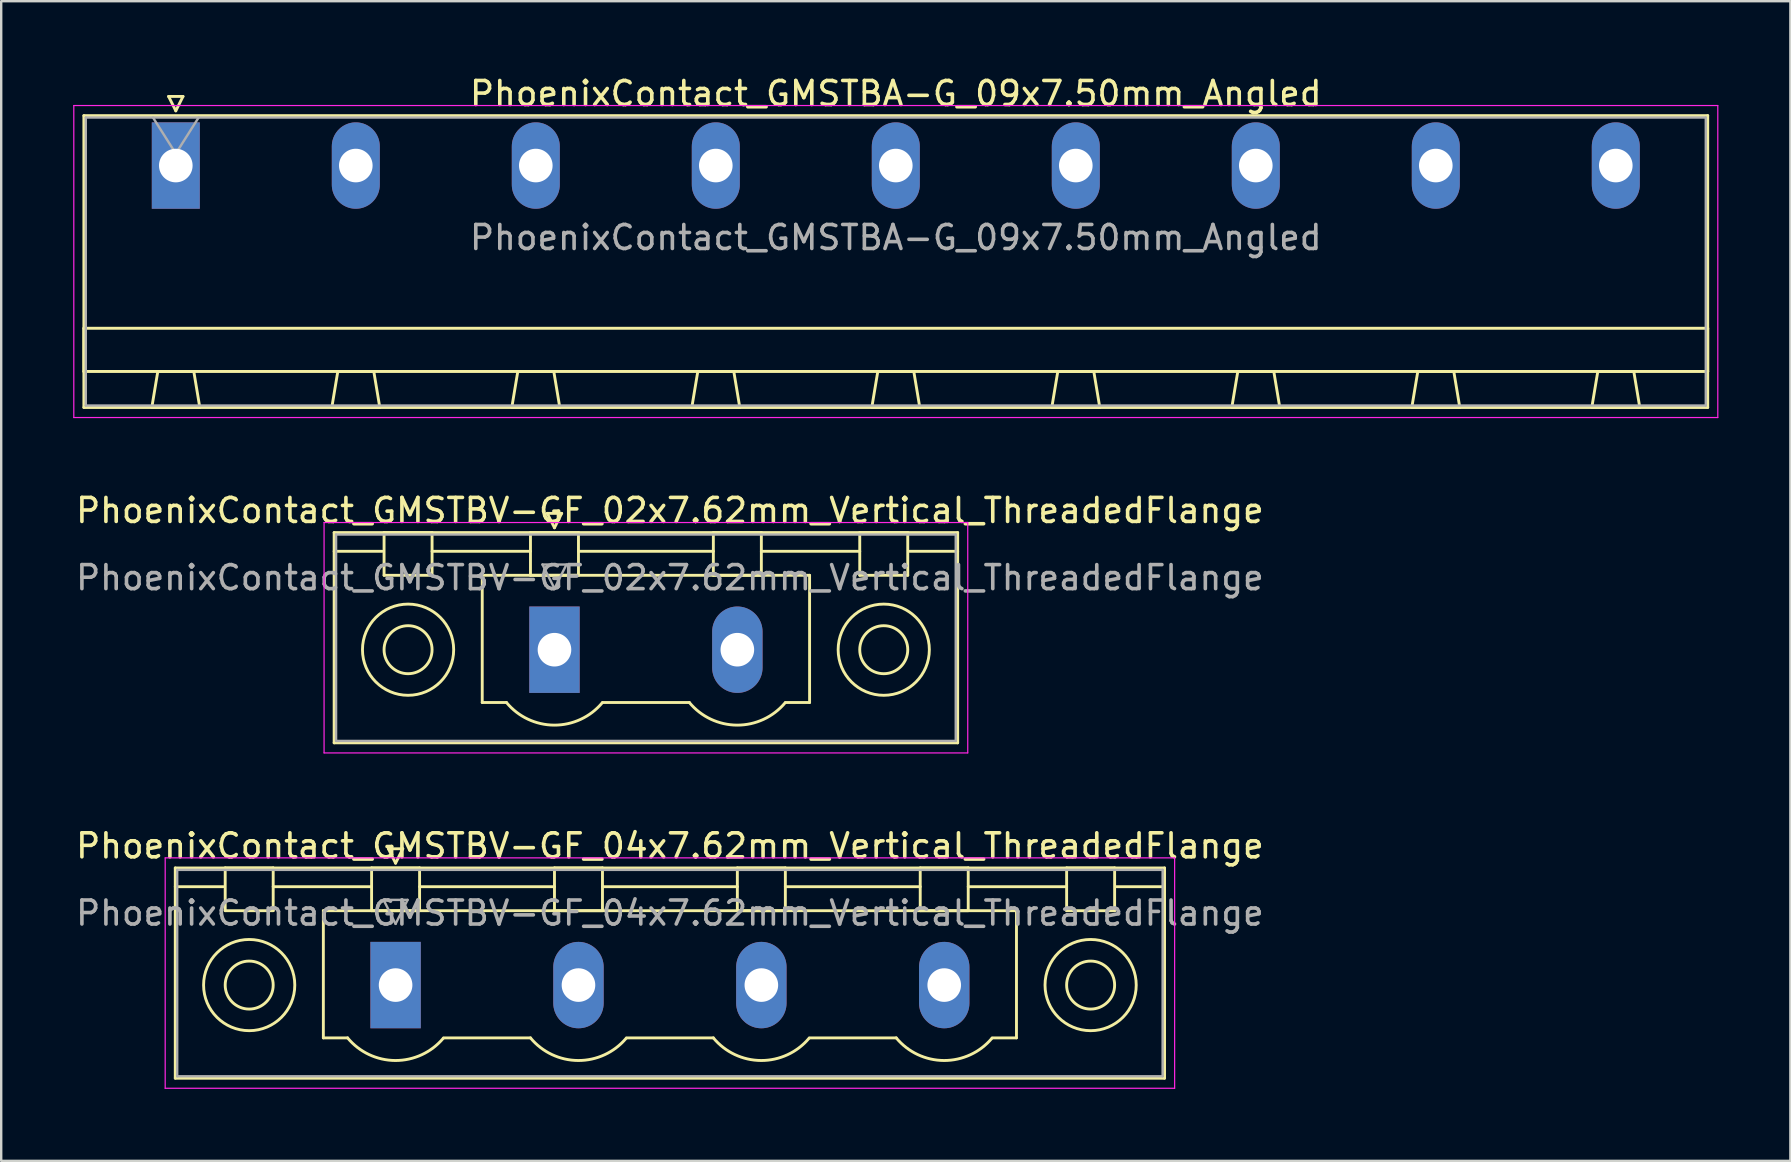
<source format=kicad_pcb>
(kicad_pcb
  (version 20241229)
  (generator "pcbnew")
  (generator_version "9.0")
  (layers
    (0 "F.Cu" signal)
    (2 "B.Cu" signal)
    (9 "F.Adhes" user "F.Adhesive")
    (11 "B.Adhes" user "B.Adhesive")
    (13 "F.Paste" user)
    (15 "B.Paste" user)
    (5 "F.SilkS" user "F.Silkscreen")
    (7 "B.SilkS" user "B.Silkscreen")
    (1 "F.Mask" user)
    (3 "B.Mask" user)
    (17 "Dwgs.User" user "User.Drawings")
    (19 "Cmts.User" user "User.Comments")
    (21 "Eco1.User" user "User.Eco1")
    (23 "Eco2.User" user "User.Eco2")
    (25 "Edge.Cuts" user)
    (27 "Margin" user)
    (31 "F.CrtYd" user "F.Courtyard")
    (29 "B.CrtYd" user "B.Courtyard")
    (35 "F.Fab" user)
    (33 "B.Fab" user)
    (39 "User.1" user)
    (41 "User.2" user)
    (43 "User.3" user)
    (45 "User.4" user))
  (footprint "PhoenixContact_GMSTBA-G_09x7.50mm_Angled"
    (layer "F.Cu")
    (at 4.275 3.848)
    (property "Reference" "PhoenixContact_GMSTBA-G_09x7.50mm_Angled" (at 30 -3 0) (layer "F.SilkS") (effects (font (size 1 1) (thickness 0.15))))
    (attr through_hole)
    (fp_line (start -3.83 -2.08) (end -3.83 10.08) (stroke (width 0.12) (type solid)) (layer "F.SilkS"))
    (fp_line (start -3.83 6.78) (end 63.83 6.78) (stroke (width 0.12) (type solid)) (layer "F.SilkS"))
    (fp_line (start -3.83 8.58) (end -3.83 6.78) (stroke (width 0.12) (type solid)) (layer "F.SilkS"))
    (fp_line (start -3.83 10.08) (end 63.83 10.08) (stroke (width 0.12) (type solid)) (layer "F.SilkS"))
    (fp_line (start -1 10.08) (end 1 10.08) (stroke (width 0.12) (type solid)) (layer "F.SilkS"))
    (fp_line (start -0.75 8.58) (end -1 10.08) (stroke (width 0.12) (type solid)) (layer "F.SilkS"))
    (fp_line (start -0.3 -2.88) (end 0.3 -2.88) (stroke (width 0.12) (type solid)) (layer "F.SilkS"))
    (fp_line (start 0 -2.28) (end -0.3 -2.88) (stroke (width 0.12) (type solid)) (layer "F.SilkS"))
    (fp_line (start 0.3 -2.88) (end 0 -2.28) (stroke (width 0.12) (type solid)) (layer "F.SilkS"))
    (fp_line (start 0.75 8.58) (end -0.75 8.58) (stroke (width 0.12) (type solid)) (layer "F.SilkS"))
    (fp_line (start 1 10.08) (end 0.75 8.58) (stroke (width 0.12) (type solid)) (layer "F.SilkS"))
    (fp_line (start 6.5 10.08) (end 8.5 10.08) (stroke (width 0.12) (type solid)) (layer "F.SilkS"))
    (fp_line (start 6.75 8.58) (end 6.5 10.08) (stroke (width 0.12) (type solid)) (layer "F.SilkS"))
    (fp_line (start 8.25 8.58) (end 6.75 8.58) (stroke (width 0.12) (type solid)) (layer "F.SilkS"))
    (fp_line (start 8.5 10.08) (end 8.25 8.58) (stroke (width 0.12) (type solid)) (layer "F.SilkS"))
    (fp_line (start 14 10.08) (end 16 10.08) (stroke (width 0.12) (type solid)) (layer "F.SilkS"))
    (fp_line (start 14.25 8.58) (end 14 10.08) (stroke (width 0.12) (type solid)) (layer "F.SilkS"))
    (fp_line (start 15.75 8.58) (end 14.25 8.58) (stroke (width 0.12) (type solid)) (layer "F.SilkS"))
    (fp_line (start 16 10.08) (end 15.75 8.58) (stroke (width 0.12) (type solid)) (layer "F.SilkS"))
    (fp_line (start 21.5 10.08) (end 23.5 10.08) (stroke (width 0.12) (type solid)) (layer "F.SilkS"))
    (fp_line (start 21.75 8.58) (end 21.5 10.08) (stroke (width 0.12) (type solid)) (layer "F.SilkS"))
    (fp_line (start 23.25 8.58) (end 21.75 8.58) (stroke (width 0.12) (type solid)) (layer "F.SilkS"))
    (fp_line (start 23.5 10.08) (end 23.25 8.58) (stroke (width 0.12) (type solid)) (layer "F.SilkS"))
    (fp_line (start 29 10.08) (end 31 10.08) (stroke (width 0.12) (type solid)) (layer "F.SilkS"))
    (fp_line (start 29.25 8.58) (end 29 10.08) (stroke (width 0.12) (type solid)) (layer "F.SilkS"))
    (fp_line (start 30.75 8.58) (end 29.25 8.58) (stroke (width 0.12) (type solid)) (layer "F.SilkS"))
    (fp_line (start 31 10.08) (end 30.75 8.58) (stroke (width 0.12) (type solid)) (layer "F.SilkS"))
    (fp_line (start 36.5 10.08) (end 38.5 10.08) (stroke (width 0.12) (type solid)) (layer "F.SilkS"))
    (fp_line (start 36.75 8.58) (end 36.5 10.08) (stroke (width 0.12) (type solid)) (layer "F.SilkS"))
    (fp_line (start 38.25 8.58) (end 36.75 8.58) (stroke (width 0.12) (type solid)) (layer "F.SilkS"))
    (fp_line (start 38.5 10.08) (end 38.25 8.58) (stroke (width 0.12) (type solid)) (layer "F.SilkS"))
    (fp_line (start 44 10.08) (end 46 10.08) (stroke (width 0.12) (type solid)) (layer "F.SilkS"))
    (fp_line (start 44.25 8.58) (end 44 10.08) (stroke (width 0.12) (type solid)) (layer "F.SilkS"))
    (fp_line (start 45.75 8.58) (end 44.25 8.58) (stroke (width 0.12) (type solid)) (layer "F.SilkS"))
    (fp_line (start 46 10.08) (end 45.75 8.58) (stroke (width 0.12) (type solid)) (layer "F.SilkS"))
    (fp_line (start 51.5 10.08) (end 53.5 10.08) (stroke (width 0.12) (type solid)) (layer "F.SilkS"))
    (fp_line (start 51.75 8.58) (end 51.5 10.08) (stroke (width 0.12) (type solid)) (layer "F.SilkS"))
    (fp_line (start 53.25 8.58) (end 51.75 8.58) (stroke (width 0.12) (type solid)) (layer "F.SilkS"))
    (fp_line (start 53.5 10.08) (end 53.25 8.58) (stroke (width 0.12) (type solid)) (layer "F.SilkS"))
    (fp_line (start 59 10.08) (end 61 10.08) (stroke (width 0.12) (type solid)) (layer "F.SilkS"))
    (fp_line (start 59.25 8.58) (end 59 10.08) (stroke (width 0.12) (type solid)) (layer "F.SilkS"))
    (fp_line (start 60.75 8.58) (end 59.25 8.58) (stroke (width 0.12) (type solid)) (layer "F.SilkS"))
    (fp_line (start 61 10.08) (end 60.75 8.58) (stroke (width 0.12) (type solid)) (layer "F.SilkS"))
    (fp_line (start 63.83 -2.08) (end -3.83 -2.08) (stroke (width 0.12) (type solid)) (layer "F.SilkS"))
    (fp_line (start 63.83 6.78) (end 63.83 8.58) (stroke (width 0.12) (type solid)) (layer "F.SilkS"))
    (fp_line (start 63.83 8.58) (end -3.83 8.58) (stroke (width 0.12) (type solid)) (layer "F.SilkS"))
    (fp_line (start 63.83 10.08) (end 63.83 -2.08) (stroke (width 0.12) (type solid)) (layer "F.SilkS"))
    (fp_line (start -4.25 -2.5) (end -4.25 10.5) (stroke (width 0.05) (type solid)) (layer "F.CrtYd"))
    (fp_line (start -4.25 10.5) (end 64.25 10.5) (stroke (width 0.05) (type solid)) (layer "F.CrtYd"))
    (fp_line (start 64.25 -2.5) (end -4.25 -2.5) (stroke (width 0.05) (type solid)) (layer "F.CrtYd"))
    (fp_line (start 64.25 10.5) (end 64.25 -2.5) (stroke (width 0.05) (type solid)) (layer "F.CrtYd"))
    (fp_line (start -3.75 -2) (end -3.75 10) (stroke (width 0.1) (type solid)) (layer "F.Fab"))
    (fp_line (start -3.75 10) (end 63.75 10) (stroke (width 0.1) (type solid)) (layer "F.Fab"))
    (fp_line (start 0 -0.5) (end -0.95 -2) (stroke (width 0.1) (type solid)) (layer "F.Fab"))
    (fp_line (start 0.95 -2) (end 0 -0.5) (stroke (width 0.1) (type solid)) (layer "F.Fab"))
    (fp_line (start 63.75 -2) (end -3.75 -2) (stroke (width 0.1) (type solid)) (layer "F.Fab"))
    (fp_line (start 63.75 10) (end 63.75 -2) (stroke (width 0.1) (type solid)) (layer "F.Fab"))
    (fp_text user "${REFERENCE}" (at 30 3 0) (layer "F.Fab") (effects (font (size 1 1) (thickness 0.15))))
    (pad "1" thru_hole rect (at 0 0) (size 2 3.6) (drill 1.4) (layers "*.Cu" "*.Mask"))
    (pad "2" thru_hole oval (at 7.5 0) (size 2 3.6) (drill 1.4) (layers "*.Cu" "*.Mask"))
    (pad "3" thru_hole oval (at 15 0) (size 2 3.6) (drill 1.4) (layers "*.Cu" "*.Mask"))
    (pad "4" thru_hole oval (at 22.5 0) (size 2 3.6) (drill 1.4) (layers "*.Cu" "*.Mask"))
    (pad "5" thru_hole oval (at 30 0) (size 2 3.6) (drill 1.4) (layers "*.Cu" "*.Mask"))
    (pad "6" thru_hole oval (at 37.5 0) (size 2 3.6) (drill 1.4) (layers "*.Cu" "*.Mask"))
    (pad "7" thru_hole oval (at 45 0) (size 2 3.6) (drill 1.4) (layers "*.Cu" "*.Mask"))
    (pad "8" thru_hole oval (at 52.5 0) (size 2 3.6) (drill 1.4) (layers "*.Cu" "*.Mask"))
    (pad "9" thru_hole oval (at 60 0) (size 2 3.6) (drill 1.4) (layers "*.Cu" "*.Mask")))
  (footprint "PhoenixContact_GMSTBV-GF_02x7.62mm_Vertical_ThreadedFlange"
    (layer "F.Cu")
    (at 20.053 24.021)
    (property "Reference" "PhoenixContact_GMSTBV-GF_02x7.62mm_Vertical_ThreadedFlange" (at 4.81 -5.8 0) (layer "F.SilkS") (effects (font (size 1 1) (thickness 0.15))))
    (attr through_hole)
    (fp_line (start -9.18 -4.88) (end -9.18 3.88) (stroke (width 0.12) (type solid)) (layer "F.SilkS"))
    (fp_line (start -9.18 -4.1) (end -7.18 -4.1) (stroke (width 0.12) (type solid)) (layer "F.SilkS"))
    (fp_line (start -9.18 3.88) (end 16.8 3.88) (stroke (width 0.12) (type solid)) (layer "F.SilkS"))
    (fp_line (start -7.1 -4.88) (end -5.1 -4.88) (stroke (width 0.12) (type solid)) (layer "F.SilkS"))
    (fp_line (start -7.1 -3.1) (end -7.1 -4.88) (stroke (width 0.12) (type solid)) (layer "F.SilkS"))
    (fp_line (start -5.1 -4.88) (end -5.1 -3.1) (stroke (width 0.12) (type solid)) (layer "F.SilkS"))
    (fp_line (start -5.1 -4.1) (end -1 -4.1) (stroke (width 0.12) (type solid)) (layer "F.SilkS"))
    (fp_line (start -5.1 -3.1) (end -7.1 -3.1) (stroke (width 0.12) (type solid)) (layer "F.SilkS"))
    (fp_line (start -3.01 -3.1) (end 10.63 -3.1) (stroke (width 0.12) (type solid)) (layer "F.SilkS"))
    (fp_line (start -3.01 2.2) (end -3.01 -3.1) (stroke (width 0.12) (type solid)) (layer "F.SilkS"))
    (fp_line (start -2 2.2) (end -3.01 2.2) (stroke (width 0.12) (type solid)) (layer "F.SilkS"))
    (fp_line (start -1 -4.88) (end 1 -4.88) (stroke (width 0.12) (type solid)) (layer "F.SilkS"))
    (fp_line (start -1 -3.1) (end -1 -4.88) (stroke (width 0.12) (type solid)) (layer "F.SilkS"))
    (fp_line (start -0.3 -5.68) (end 0.3 -5.68) (stroke (width 0.12) (type solid)) (layer "F.SilkS"))
    (fp_line (start 0 -5.08) (end -0.3 -5.68) (stroke (width 0.12) (type solid)) (layer "F.SilkS"))
    (fp_line (start 0.3 -5.68) (end 0 -5.08) (stroke (width 0.12) (type solid)) (layer "F.SilkS"))
    (fp_line (start 1 -4.88) (end 1 -3.1) (stroke (width 0.12) (type solid)) (layer "F.SilkS"))
    (fp_line (start 1 -4.1) (end 6.62 -4.1) (stroke (width 0.12) (type solid)) (layer "F.SilkS"))
    (fp_line (start 1 -3.1) (end -1 -3.1) (stroke (width 0.12) (type solid)) (layer "F.SilkS"))
    (fp_line (start 2 2.2) (end 5.62 2.2) (stroke (width 0.12) (type solid)) (layer "F.SilkS"))
    (fp_line (start 6.62 -4.88) (end 8.62 -4.88) (stroke (width 0.12) (type solid)) (layer "F.SilkS"))
    (fp_line (start 6.62 -3.1) (end 6.62 -4.88) (stroke (width 0.12) (type solid)) (layer "F.SilkS"))
    (fp_line (start 8.62 -4.88) (end 8.62 -3.1) (stroke (width 0.12) (type solid)) (layer "F.SilkS"))
    (fp_line (start 8.62 -4.1) (end 12.72 -4.1) (stroke (width 0.12) (type solid)) (layer "F.SilkS"))
    (fp_line (start 8.62 -3.1) (end 6.62 -3.1) (stroke (width 0.12) (type solid)) (layer "F.SilkS"))
    (fp_line (start 10.63 -3.1) (end 10.63 2.2) (stroke (width 0.12) (type solid)) (layer "F.SilkS"))
    (fp_line (start 10.63 2.2) (end 9.62 2.2) (stroke (width 0.12) (type solid)) (layer "F.SilkS"))
    (fp_line (start 12.72 -4.88) (end 14.72 -4.88) (stroke (width 0.12) (type solid)) (layer "F.SilkS"))
    (fp_line (start 12.72 -3.1) (end 12.72 -4.88) (stroke (width 0.12) (type solid)) (layer "F.SilkS"))
    (fp_line (start 14.72 -4.88) (end 14.72 -3.1) (stroke (width 0.12) (type solid)) (layer "F.SilkS"))
    (fp_line (start 14.72 -3.1) (end 12.72 -3.1) (stroke (width 0.12) (type solid)) (layer "F.SilkS"))
    (fp_line (start 16.8 -4.88) (end -9.18 -4.88) (stroke (width 0.12) (type solid)) (layer "F.SilkS"))
    (fp_line (start 16.8 -4.1) (end 14.8 -4.1) (stroke (width 0.12) (type solid)) (layer "F.SilkS"))
    (fp_line (start 16.8 3.88) (end 16.8 -4.88) (stroke (width 0.12) (type solid)) (layer "F.SilkS"))
    (fp_arc (start 1.986842 2.215821) (mid -0.010289 3.142758) (end -2 2.2) (stroke (width 0.12) (type solid)) (layer "F.SilkS"))
    (fp_arc (start 9.606842 2.215821) (mid 7.609711 3.142758) (end 5.62 2.2) (stroke (width 0.12) (type solid)) (layer "F.SilkS"))
    (fp_circle (center -6.1 0) (end -5.1 0) (stroke (width 0.12) (type solid)) (fill no) (layer "F.SilkS"))
    (fp_circle (center -6.1 0) (end -4.2 0) (stroke (width 0.12) (type solid)) (fill no) (layer "F.SilkS"))
    (fp_circle (center 13.72 0) (end 14.72 0) (stroke (width 0.12) (type solid)) (fill no) (layer "F.SilkS"))
    (fp_circle (center 13.72 0) (end 15.62 0) (stroke (width 0.12) (type solid)) (fill no) (layer "F.SilkS"))
    (fp_line (start -9.6 -5.3) (end -9.6 4.3) (stroke (width 0.05) (type solid)) (layer "F.CrtYd"))
    (fp_line (start -9.6 4.3) (end 17.22 4.3) (stroke (width 0.05) (type solid)) (layer "F.CrtYd"))
    (fp_line (start 17.22 -5.3) (end -9.6 -5.3) (stroke (width 0.05) (type solid)) (layer "F.CrtYd"))
    (fp_line (start 17.22 4.3) (end 17.22 -5.3) (stroke (width 0.05) (type solid)) (layer "F.CrtYd"))
    (fp_line (start -9.1 -4.8) (end -9.1 3.8) (stroke (width 0.1) (type solid)) (layer "F.Fab"))
    (fp_line (start -9.1 3.8) (end 16.72 3.8) (stroke (width 0.1) (type solid)) (layer "F.Fab"))
    (fp_line (start -0.5 -3.55) (end 0.5 -3.55) (stroke (width 0.1) (type solid)) (layer "F.Fab"))
    (fp_line (start 0 -2.55) (end -0.5 -3.55) (stroke (width 0.1) (type solid)) (layer "F.Fab"))
    (fp_line (start 0.5 -3.55) (end 0 -2.55) (stroke (width 0.1) (type solid)) (layer "F.Fab"))
    (fp_line (start 16.72 -4.8) (end -9.1 -4.8) (stroke (width 0.1) (type solid)) (layer "F.Fab"))
    (fp_line (start 16.72 3.8) (end 16.72 -4.8) (stroke (width 0.1) (type solid)) (layer "F.Fab"))
    (fp_text user "${REFERENCE}" (at 4.81 -3 0) (layer "F.Fab") (effects (font (size 1 1) (thickness 0.15))))
    (pad "1" thru_hole rect (at 0 0) (size 2.1 3.6) (drill 1.4) (layers "*.Cu" "*.Mask"))
    (pad "2" thru_hole oval (at 7.62 0) (size 2.1 3.6) (drill 1.4) (layers "*.Cu" "*.Mask")))
  (footprint "PhoenixContact_GMSTBV-GF_04x7.62mm_Vertical_ThreadedFlange"
    (layer "F.Cu")
    (at 13.433 37.995)
    (property "Reference" "PhoenixContact_GMSTBV-GF_04x7.62mm_Vertical_ThreadedFlange" (at 11.43 -5.8 0) (layer "F.SilkS") (effects (font (size 1 1) (thickness 0.15))))
    (attr through_hole)
    (fp_line (start -9.18 -4.88) (end -9.18 3.88) (stroke (width 0.12) (type solid)) (layer "F.SilkS"))
    (fp_line (start -9.18 -4.1) (end -7.18 -4.1) (stroke (width 0.12) (type solid)) (layer "F.SilkS"))
    (fp_line (start -9.18 3.88) (end 32.04 3.88) (stroke (width 0.12) (type solid)) (layer "F.SilkS"))
    (fp_line (start -7.1 -4.88) (end -5.1 -4.88) (stroke (width 0.12) (type solid)) (layer "F.SilkS"))
    (fp_line (start -7.1 -3.1) (end -7.1 -4.88) (stroke (width 0.12) (type solid)) (layer "F.SilkS"))
    (fp_line (start -5.1 -4.88) (end -5.1 -3.1) (stroke (width 0.12) (type solid)) (layer "F.SilkS"))
    (fp_line (start -5.1 -4.1) (end -1 -4.1) (stroke (width 0.12) (type solid)) (layer "F.SilkS"))
    (fp_line (start -5.1 -3.1) (end -7.1 -3.1) (stroke (width 0.12) (type solid)) (layer "F.SilkS"))
    (fp_line (start -3.01 -3.1) (end 25.87 -3.1) (stroke (width 0.12) (type solid)) (layer "F.SilkS"))
    (fp_line (start -3.01 2.2) (end -3.01 -3.1) (stroke (width 0.12) (type solid)) (layer "F.SilkS"))
    (fp_line (start -2 2.2) (end -3.01 2.2) (stroke (width 0.12) (type solid)) (layer "F.SilkS"))
    (fp_line (start -1 -4.88) (end 1 -4.88) (stroke (width 0.12) (type solid)) (layer "F.SilkS"))
    (fp_line (start -1 -3.1) (end -1 -4.88) (stroke (width 0.12) (type solid)) (layer "F.SilkS"))
    (fp_line (start -0.3 -5.68) (end 0.3 -5.68) (stroke (width 0.12) (type solid)) (layer "F.SilkS"))
    (fp_line (start 0 -5.08) (end -0.3 -5.68) (stroke (width 0.12) (type solid)) (layer "F.SilkS"))
    (fp_line (start 0.3 -5.68) (end 0 -5.08) (stroke (width 0.12) (type solid)) (layer "F.SilkS"))
    (fp_line (start 1 -4.88) (end 1 -3.1) (stroke (width 0.12) (type solid)) (layer "F.SilkS"))
    (fp_line (start 1 -4.1) (end 6.62 -4.1) (stroke (width 0.12) (type solid)) (layer "F.SilkS"))
    (fp_line (start 1 -3.1) (end -1 -3.1) (stroke (width 0.12) (type solid)) (layer "F.SilkS"))
    (fp_line (start 2 2.2) (end 5.62 2.2) (stroke (width 0.12) (type solid)) (layer "F.SilkS"))
    (fp_line (start 6.62 -4.88) (end 8.62 -4.88) (stroke (width 0.12) (type solid)) (layer "F.SilkS"))
    (fp_line (start 6.62 -3.1) (end 6.62 -4.88) (stroke (width 0.12) (type solid)) (layer "F.SilkS"))
    (fp_line (start 8.62 -4.88) (end 8.62 -3.1) (stroke (width 0.12) (type solid)) (layer "F.SilkS"))
    (fp_line (start 8.62 -4.1) (end 14.24 -4.1) (stroke (width 0.12) (type solid)) (layer "F.SilkS"))
    (fp_line (start 8.62 -3.1) (end 6.62 -3.1) (stroke (width 0.12) (type solid)) (layer "F.SilkS"))
    (fp_line (start 9.62 2.2) (end 13.24 2.2) (stroke (width 0.12) (type solid)) (layer "F.SilkS"))
    (fp_line (start 14.24 -4.88) (end 16.24 -4.88) (stroke (width 0.12) (type solid)) (layer "F.SilkS"))
    (fp_line (start 14.24 -3.1) (end 14.24 -4.88) (stroke (width 0.12) (type solid)) (layer "F.SilkS"))
    (fp_line (start 16.24 -4.88) (end 16.24 -3.1) (stroke (width 0.12) (type solid)) (layer "F.SilkS"))
    (fp_line (start 16.24 -4.1) (end 21.86 -4.1) (stroke (width 0.12) (type solid)) (layer "F.SilkS"))
    (fp_line (start 16.24 -3.1) (end 14.24 -3.1) (stroke (width 0.12) (type solid)) (layer "F.SilkS"))
    (fp_line (start 17.24 2.2) (end 20.86 2.2) (stroke (width 0.12) (type solid)) (layer "F.SilkS"))
    (fp_line (start 21.86 -4.88) (end 23.86 -4.88) (stroke (width 0.12) (type solid)) (layer "F.SilkS"))
    (fp_line (start 21.86 -3.1) (end 21.86 -4.88) (stroke (width 0.12) (type solid)) (layer "F.SilkS"))
    (fp_line (start 23.86 -4.88) (end 23.86 -3.1) (stroke (width 0.12) (type solid)) (layer "F.SilkS"))
    (fp_line (start 23.86 -4.1) (end 27.96 -4.1) (stroke (width 0.12) (type solid)) (layer "F.SilkS"))
    (fp_line (start 23.86 -3.1) (end 21.86 -3.1) (stroke (width 0.12) (type solid)) (layer "F.SilkS"))
    (fp_line (start 25.87 -3.1) (end 25.87 2.2) (stroke (width 0.12) (type solid)) (layer "F.SilkS"))
    (fp_line (start 25.87 2.2) (end 24.86 2.2) (stroke (width 0.12) (type solid)) (layer "F.SilkS"))
    (fp_line (start 27.96 -4.88) (end 29.96 -4.88) (stroke (width 0.12) (type solid)) (layer "F.SilkS"))
    (fp_line (start 27.96 -3.1) (end 27.96 -4.88) (stroke (width 0.12) (type solid)) (layer "F.SilkS"))
    (fp_line (start 29.96 -4.88) (end 29.96 -3.1) (stroke (width 0.12) (type solid)) (layer "F.SilkS"))
    (fp_line (start 29.96 -3.1) (end 27.96 -3.1) (stroke (width 0.12) (type solid)) (layer "F.SilkS"))
    (fp_line (start 32.04 -4.88) (end -9.18 -4.88) (stroke (width 0.12) (type solid)) (layer "F.SilkS"))
    (fp_line (start 32.04 -4.1) (end 30.04 -4.1) (stroke (width 0.12) (type solid)) (layer "F.SilkS"))
    (fp_line (start 32.04 3.88) (end 32.04 -4.88) (stroke (width 0.12) (type solid)) (layer "F.SilkS"))
    (fp_arc (start 1.986842 2.215821) (mid -0.010289 3.142758) (end -2 2.2) (stroke (width 0.12) (type solid)) (layer "F.SilkS"))
    (fp_arc (start 9.606842 2.215821) (mid 7.609711 3.142758) (end 5.62 2.2) (stroke (width 0.12) (type solid)) (layer "F.SilkS"))
    (fp_arc (start 17.226842 2.215821) (mid 15.229711 3.142758) (end 13.24 2.2) (stroke (width 0.12) (type solid)) (layer "F.SilkS"))
    (fp_arc (start 24.846842 2.215821) (mid 22.849711 3.142758) (end 20.86 2.2) (stroke (width 0.12) (type solid)) (layer "F.SilkS"))
    (fp_circle (center -6.1 0) (end -5.1 0) (stroke (width 0.12) (type solid)) (fill no) (layer "F.SilkS"))
    (fp_circle (center -6.1 0) (end -4.2 0) (stroke (width 0.12) (type solid)) (fill no) (layer "F.SilkS"))
    (fp_circle (center 28.96 0) (end 29.96 0) (stroke (width 0.12) (type solid)) (fill no) (layer "F.SilkS"))
    (fp_circle (center 28.96 0) (end 30.86 0) (stroke (width 0.12) (type solid)) (fill no) (layer "F.SilkS"))
    (fp_line (start -9.6 -5.3) (end -9.6 4.3) (stroke (width 0.05) (type solid)) (layer "F.CrtYd"))
    (fp_line (start -9.6 4.3) (end 32.46 4.3) (stroke (width 0.05) (type solid)) (layer "F.CrtYd"))
    (fp_line (start 32.46 -5.3) (end -9.6 -5.3) (stroke (width 0.05) (type solid)) (layer "F.CrtYd"))
    (fp_line (start 32.46 4.3) (end 32.46 -5.3) (stroke (width 0.05) (type solid)) (layer "F.CrtYd"))
    (fp_line (start -9.1 -4.8) (end -9.1 3.8) (stroke (width 0.1) (type solid)) (layer "F.Fab"))
    (fp_line (start -9.1 3.8) (end 31.96 3.8) (stroke (width 0.1) (type solid)) (layer "F.Fab"))
    (fp_line (start -0.5 -3.55) (end 0.5 -3.55) (stroke (width 0.1) (type solid)) (layer "F.Fab"))
    (fp_line (start 0 -2.55) (end -0.5 -3.55) (stroke (width 0.1) (type solid)) (layer "F.Fab"))
    (fp_line (start 0.5 -3.55) (end 0 -2.55) (stroke (width 0.1) (type solid)) (layer "F.Fab"))
    (fp_line (start 31.96 -4.8) (end -9.1 -4.8) (stroke (width 0.1) (type solid)) (layer "F.Fab"))
    (fp_line (start 31.96 3.8) (end 31.96 -4.8) (stroke (width 0.1) (type solid)) (layer "F.Fab"))
    (fp_text user "${REFERENCE}" (at 11.43 -3 0) (layer "F.Fab") (effects (font (size 1 1) (thickness 0.15))))
    (pad "1" thru_hole rect (at 0 0) (size 2.1 3.6) (drill 1.4) (layers "*.Cu" "*.Mask"))
    (pad "2" thru_hole oval (at 7.62 0) (size 2.1 3.6) (drill 1.4) (layers "*.Cu" "*.Mask"))
    (pad "3" thru_hole oval (at 15.24 0) (size 2.1 3.6) (drill 1.4) (layers "*.Cu" "*.Mask"))
    (pad "4" thru_hole oval (at 22.86 0) (size 2.1 3.6) (drill 1.4) (layers "*.Cu" "*.Mask")))
  (gr_rect
    (start -3 -3)
    (end 71.55 45.32)
    (stroke (width 0.1) (type default))
    (fill no)
    (layer "Edge.Cuts")))
</source>
